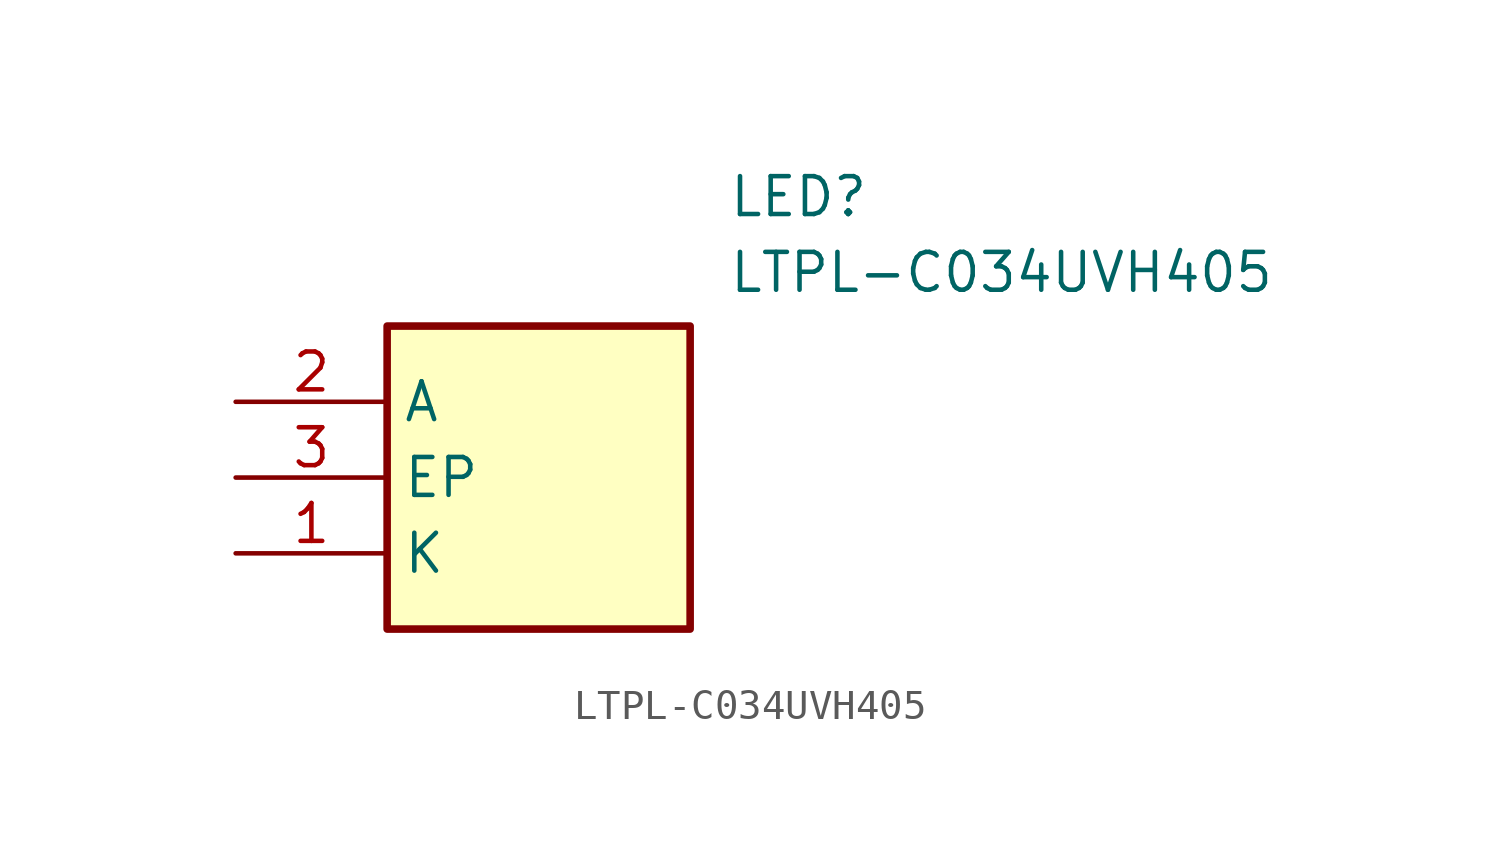
<source format=kicad_sym>
(kicad_symbol_lib
  (version 20211014)
  (generator SamacSys_ECAD_Model)
  (symbol "LTPL-C034UVH405"
    (property "Reference" "LED"
      (at 16.51 7.62 0)
      (effects (font (size 1.27 1.27)) (justify left top)))
    (property "Value" "LTPL-C034UVH405"
      (at 16.51 5.08 0)
      (effects (font (size 1.27 1.27)) (justify left top)))
    (rectangle
      (start 5.08 2.54)
      (end 15.24 -7.62)
      (stroke (width 0.254) (type default))
      (fill (type background)))
    (pin passive line
      (at 0 -5.08 0)
      (length 5.08)
      (name "K" (effects (font (size 1.27 1.27))))
      (number "1" (effects (font (size 1.27 1.27)))))
    (pin passive line
      (at 0 0 0)
      (length 5.08)
      (name "A" (effects (font (size 1.27 1.27))))
      (number "2" (effects (font (size 1.27 1.27)))))
    (pin passive line
      (at 0 -2.54 0)
      (length 5.08)
      (name "EP" (effects (font (size 1.27 1.27))))
      (number "3" (effects (font (size 1.27 1.27)))))))
</source>
